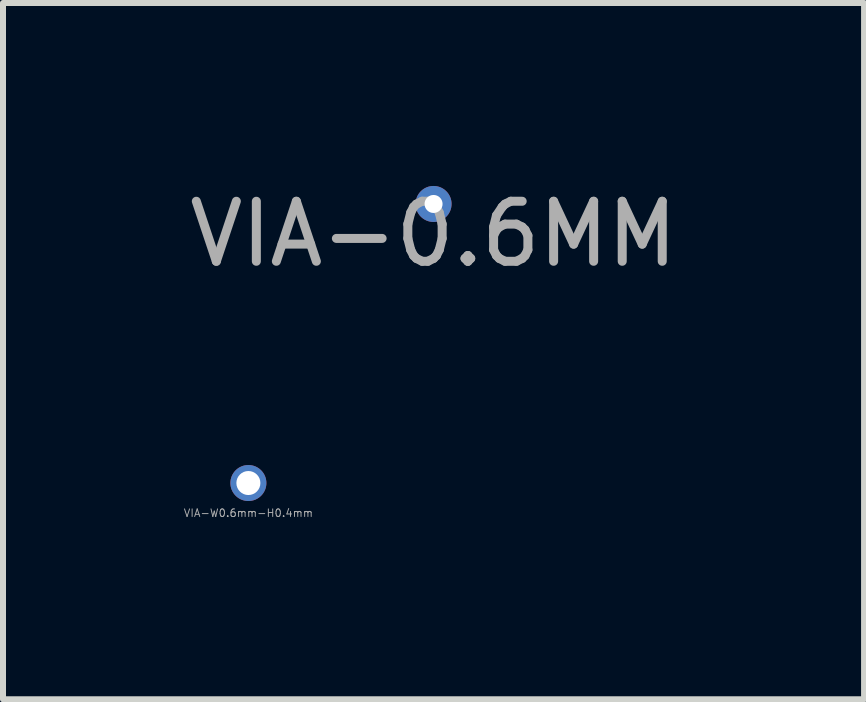
<source format=kicad_pcb>
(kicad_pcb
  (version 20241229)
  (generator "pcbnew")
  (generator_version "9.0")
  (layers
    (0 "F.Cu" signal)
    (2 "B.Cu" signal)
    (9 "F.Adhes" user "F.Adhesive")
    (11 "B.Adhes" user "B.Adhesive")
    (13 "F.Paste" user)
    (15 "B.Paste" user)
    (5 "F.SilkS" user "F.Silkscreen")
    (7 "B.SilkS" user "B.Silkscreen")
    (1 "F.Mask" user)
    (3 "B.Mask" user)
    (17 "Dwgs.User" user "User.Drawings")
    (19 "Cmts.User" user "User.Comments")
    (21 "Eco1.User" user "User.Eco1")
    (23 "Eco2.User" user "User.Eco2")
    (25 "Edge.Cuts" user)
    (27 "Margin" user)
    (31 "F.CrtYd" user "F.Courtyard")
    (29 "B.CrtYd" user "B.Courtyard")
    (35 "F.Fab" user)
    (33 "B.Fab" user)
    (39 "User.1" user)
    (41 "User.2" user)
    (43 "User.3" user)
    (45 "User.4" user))
  (footprint "VIA-W0.6mm-H0.4mm"
    (layer "F.Cu")
    (at 1.088 4.997)
    (property "Reference" "VIA-W0.6mm-H0.4mm" (at 0 0.5 0) (layer "F.Fab") (effects (font (size 0.127 0.127) (thickness 0.000001))))
    (attr through_hole)
    (pad "1" thru_hole circle (at 0 0) (size 0.6 0.6) (drill 0.4) (layers "*.Cu")))
  (footprint "VIA-0.6MM"
    (layer "F.Cu")
    (at 4.173 0.348)
    (property "Reference" "VIA-0.6MM" (at 0 0.5 0) (layer "F.Fab") (effects (font (size 1 1) (thickness 0.15))))
    (attr through_hole)
    (pad "1" thru_hole circle (at 0 0) (size 0.6 0.6) (drill 0.3) (layers "*.Cu")))
  (gr_rect
    (start -3 -3)
    (end 11.345 8.599)
    (stroke (width 0.1) (type default))
    (fill no)
    (layer "Edge.Cuts")))
</source>
